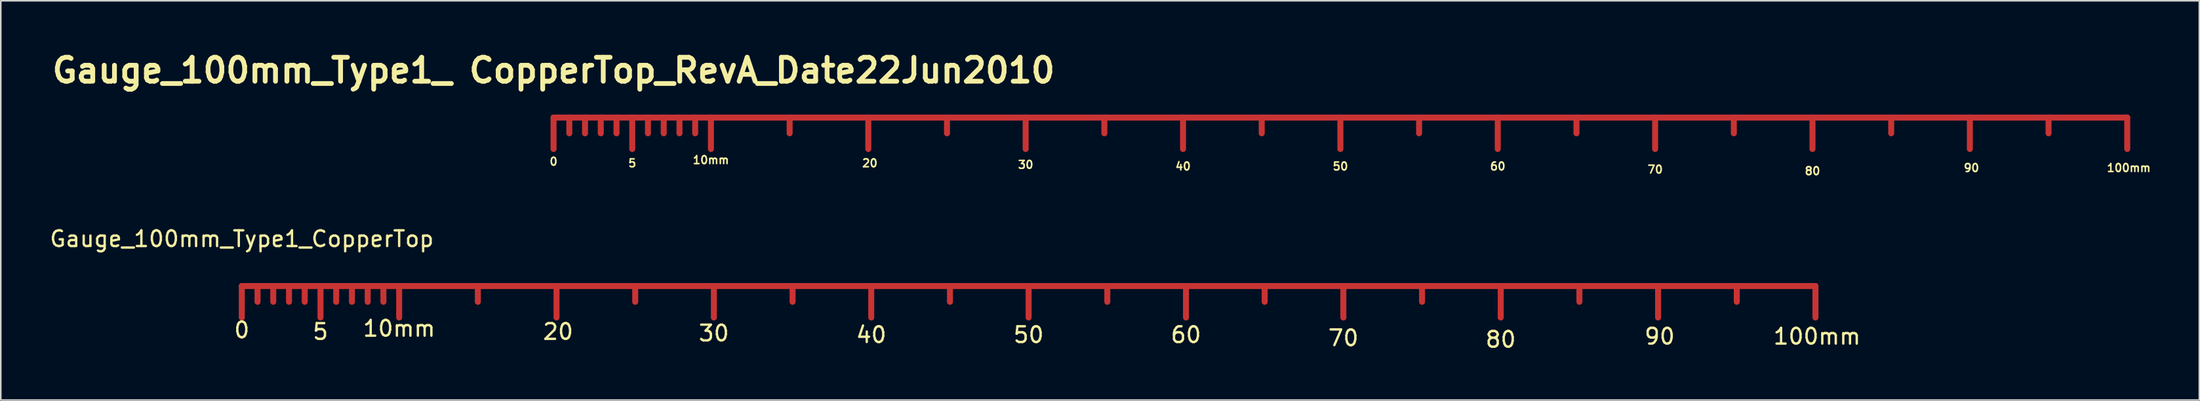
<source format=kicad_pcb>
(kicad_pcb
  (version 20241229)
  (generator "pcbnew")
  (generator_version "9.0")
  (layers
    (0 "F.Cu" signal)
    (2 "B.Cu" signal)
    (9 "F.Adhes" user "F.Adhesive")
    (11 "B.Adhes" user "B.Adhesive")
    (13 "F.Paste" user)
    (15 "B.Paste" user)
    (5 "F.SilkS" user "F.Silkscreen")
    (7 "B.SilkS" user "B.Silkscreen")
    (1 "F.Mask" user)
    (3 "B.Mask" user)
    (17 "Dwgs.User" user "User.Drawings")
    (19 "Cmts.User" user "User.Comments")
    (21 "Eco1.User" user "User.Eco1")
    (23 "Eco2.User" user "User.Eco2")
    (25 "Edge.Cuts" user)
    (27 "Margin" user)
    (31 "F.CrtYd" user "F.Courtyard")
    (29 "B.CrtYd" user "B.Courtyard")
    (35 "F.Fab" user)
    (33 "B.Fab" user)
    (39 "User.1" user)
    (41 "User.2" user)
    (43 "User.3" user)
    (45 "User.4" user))
  (footprint "Gauge_100mm_Type1_CopperTop"
    (layer "F.Cu")
    (at 12.315 15.142)
    (property "Reference" "Gauge_100mm_Type1_CopperTop" (at 0 -3 0) (layer "F.SilkS") (effects (font (size 1 1) (thickness 0.15))))
    (attr through_hole)
    (fp_line (start 0 0) (end 0 1.999) (stroke (width 0.381) (type solid)) (layer "F.Cu"))
    (fp_line (start 0 0) (end 10 0) (stroke (width 0.381) (type solid)) (layer "F.Cu"))
    (fp_line (start 1.001 0) (end 1.001 1.001) (stroke (width 0.381) (type solid)) (layer "F.Cu"))
    (fp_line (start 1.999 0) (end 1.999 1.001) (stroke (width 0.381) (type solid)) (layer "F.Cu"))
    (fp_line (start 3 0) (end 3 1.001) (stroke (width 0.381) (type solid)) (layer "F.Cu"))
    (fp_line (start 4 0) (end 4 1.001) (stroke (width 0.381) (type solid)) (layer "F.Cu"))
    (fp_line (start 5.001 0) (end 5.001 1.999) (stroke (width 0.381) (type solid)) (layer "F.Cu"))
    (fp_line (start 5.999 0) (end 5.999 1.001) (stroke (width 0.381) (type solid)) (layer "F.Cu"))
    (fp_line (start 7 0) (end 7 1.001) (stroke (width 0.381) (type solid)) (layer "F.Cu"))
    (fp_line (start 8.001 0) (end 8.001 1.001) (stroke (width 0.381) (type solid)) (layer "F.Cu"))
    (fp_line (start 8.999 0) (end 8.999 1.001) (stroke (width 0.381) (type solid)) (layer "F.Cu"))
    (fp_line (start 10 0) (end 10 1.999) (stroke (width 0.381) (type solid)) (layer "F.Cu"))
    (fp_line (start 10 0) (end 100 0) (stroke (width 0.381) (type solid)) (layer "F.Cu"))
    (fp_line (start 15.001 0) (end 15.001 1.001) (stroke (width 0.381) (type solid)) (layer "F.Cu"))
    (fp_line (start 20 0) (end 20 1.999) (stroke (width 0.381) (type solid)) (layer "F.Cu"))
    (fp_line (start 25.001 0) (end 25.001 1.001) (stroke (width 0.381) (type solid)) (layer "F.Cu"))
    (fp_line (start 30 0) (end 30 1.999) (stroke (width 0.381) (type solid)) (layer "F.Cu"))
    (fp_line (start 35.001 0) (end 35.001 1.001) (stroke (width 0.381) (type solid)) (layer "F.Cu"))
    (fp_line (start 40 0) (end 40 1.999) (stroke (width 0.381) (type solid)) (layer "F.Cu"))
    (fp_line (start 45.001 0) (end 45.001 1.001) (stroke (width 0.381) (type solid)) (layer "F.Cu"))
    (fp_line (start 50 0) (end 50 1.999) (stroke (width 0.381) (type solid)) (layer "F.Cu"))
    (fp_line (start 55.001 0) (end 55.001 1.001) (stroke (width 0.381) (type solid)) (layer "F.Cu"))
    (fp_line (start 60 0) (end 60 1.999) (stroke (width 0.381) (type solid)) (layer "F.Cu"))
    (fp_line (start 65.001 0) (end 65.001 1.001) (stroke (width 0.381) (type solid)) (layer "F.Cu"))
    (fp_line (start 70 0) (end 70 1.999) (stroke (width 0.381) (type solid)) (layer "F.Cu"))
    (fp_line (start 75.001 0) (end 75.001 1.001) (stroke (width 0.381) (type solid)) (layer "F.Cu"))
    (fp_line (start 80 0) (end 80 1.999) (stroke (width 0.381) (type solid)) (layer "F.Cu"))
    (fp_line (start 85.001 0) (end 85.001 1.001) (stroke (width 0.381) (type solid)) (layer "F.Cu"))
    (fp_line (start 90 0) (end 90 1.999) (stroke (width 0.381) (type solid)) (layer "F.Cu"))
    (fp_line (start 95.001 0) (end 95.001 1.001) (stroke (width 0.381) (type solid)) (layer "F.Cu"))
    (fp_line (start 100 0) (end 100 1.999) (stroke (width 0.381) (type solid)) (layer "F.Cu"))
    (fp_text user "0" (at 0 2.799 0) (layer "F.SilkS") (effects (font (size 1 1) (thickness 0.15))))
    (fp_text user "50" (at 50 3.101 0) (layer "F.SilkS") (effects (font (size 1 1) (thickness 0.15))))
    (fp_text user "5" (at 4.999 2.901 0) (layer "F.SilkS") (effects (font (size 1 1) (thickness 0.15))))
    (fp_text user "60" (at 60 3.101 0) (layer "F.SilkS") (effects (font (size 1 1) (thickness 0.15))))
    (fp_text user "30" (at 30 3 0) (layer "F.SilkS") (effects (font (size 1 1) (thickness 0.15))))
    (fp_text user "20" (at 20.099 2.901 0) (layer "F.SilkS") (effects (font (size 1 1) (thickness 0.15))))
    (fp_text user "40" (at 40 3.101 0) (layer "F.SilkS") (effects (font (size 1 1) (thickness 0.15))))
    (fp_text user "90" (at 90.101 3.203 0) (layer "F.SilkS") (effects (font (size 1 1) (thickness 0.15))))
    (fp_text user "100mm" (at 100.101 3.203 0) (layer "F.SilkS") (effects (font (size 1 1) (thickness 0.15))))
    (fp_text user "80" (at 80 3.401 0) (layer "F.SilkS") (effects (font (size 1 1) (thickness 0.15))))
    (fp_text user "70" (at 70 3.302 0) (layer "F.SilkS") (effects (font (size 1 1) (thickness 0.15))))
    (fp_text user "10mm" (at 10 2.7 0) (layer "F.SilkS") (effects (font (size 1 1) (thickness 0.15)))))
  (footprint "Gauge_100mm_Type1_ CopperTop_RevA_Date22Jun2010"
    (layer "F.Cu")
    (at 32.127 4.426)
    (property "Reference" "Gauge_100mm_Type1_ CopperTop_RevA_Date22Jun2010" (at 0 -3 0) (layer "F.SilkS") (effects (font (size 1.524 1.524) (thickness 0.305))))
    (attr through_hole)
    (fp_line (start 0 0) (end 0 1.999) (stroke (width 0.381) (type solid)) (layer "F.Cu"))
    (fp_line (start 0 0) (end 10 0) (stroke (width 0.381) (type solid)) (layer "F.Cu"))
    (fp_line (start 1.001 0) (end 1.001 1.001) (stroke (width 0.381) (type solid)) (layer "F.Cu"))
    (fp_line (start 1.999 0) (end 1.999 1.001) (stroke (width 0.381) (type solid)) (layer "F.Cu"))
    (fp_line (start 3 0) (end 3 1.001) (stroke (width 0.381) (type solid)) (layer "F.Cu"))
    (fp_line (start 4 0) (end 4 1.001) (stroke (width 0.381) (type solid)) (layer "F.Cu"))
    (fp_line (start 5.001 0) (end 5.001 1.999) (stroke (width 0.381) (type solid)) (layer "F.Cu"))
    (fp_line (start 5.999 0) (end 5.999 1.001) (stroke (width 0.381) (type solid)) (layer "F.Cu"))
    (fp_line (start 7 0) (end 7 1.001) (stroke (width 0.381) (type solid)) (layer "F.Cu"))
    (fp_line (start 8.001 0) (end 8.001 1.001) (stroke (width 0.381) (type solid)) (layer "F.Cu"))
    (fp_line (start 8.999 0) (end 8.999 1.001) (stroke (width 0.381) (type solid)) (layer "F.Cu"))
    (fp_line (start 10 0) (end 10 1.999) (stroke (width 0.381) (type solid)) (layer "F.Cu"))
    (fp_line (start 10 0) (end 100 0) (stroke (width 0.381) (type solid)) (layer "F.Cu"))
    (fp_line (start 15.001 0) (end 15.001 1.001) (stroke (width 0.381) (type solid)) (layer "F.Cu"))
    (fp_line (start 20 0) (end 20 1.999) (stroke (width 0.381) (type solid)) (layer "F.Cu"))
    (fp_line (start 25.001 0) (end 25.001 1.001) (stroke (width 0.381) (type solid)) (layer "F.Cu"))
    (fp_line (start 30 0) (end 30 1.999) (stroke (width 0.381) (type solid)) (layer "F.Cu"))
    (fp_line (start 35.001 0) (end 35.001 1.001) (stroke (width 0.381) (type solid)) (layer "F.Cu"))
    (fp_line (start 40 0) (end 40 1.999) (stroke (width 0.381) (type solid)) (layer "F.Cu"))
    (fp_line (start 45.001 0) (end 45.001 1.001) (stroke (width 0.381) (type solid)) (layer "F.Cu"))
    (fp_line (start 50 0) (end 50 1.999) (stroke (width 0.381) (type solid)) (layer "F.Cu"))
    (fp_line (start 55.001 0) (end 55.001 1.001) (stroke (width 0.381) (type solid)) (layer "F.Cu"))
    (fp_line (start 60 0) (end 60 1.999) (stroke (width 0.381) (type solid)) (layer "F.Cu"))
    (fp_line (start 65.001 0) (end 65.001 1.001) (stroke (width 0.381) (type solid)) (layer "F.Cu"))
    (fp_line (start 70 0) (end 70 1.999) (stroke (width 0.381) (type solid)) (layer "F.Cu"))
    (fp_line (start 75.001 0) (end 75.001 1.001) (stroke (width 0.381) (type solid)) (layer "F.Cu"))
    (fp_line (start 80 0) (end 80 1.999) (stroke (width 0.381) (type solid)) (layer "F.Cu"))
    (fp_line (start 85.001 0) (end 85.001 1.001) (stroke (width 0.381) (type solid)) (layer "F.Cu"))
    (fp_line (start 90 0) (end 90 1.999) (stroke (width 0.381) (type solid)) (layer "F.Cu"))
    (fp_line (start 95.001 0) (end 95.001 1.001) (stroke (width 0.381) (type solid)) (layer "F.Cu"))
    (fp_line (start 100 0) (end 100 1.999) (stroke (width 0.381) (type solid)) (layer "F.Cu"))
    (fp_text user "0" (at 0 2.799 0) (layer "F.SilkS") (effects (font (size 0.5 0.5) (thickness 0.099))))
    (fp_text user "5" (at 4.999 2.901 0) (layer "F.SilkS") (effects (font (size 0.5 0.5) (thickness 0.099))))
    (fp_text user "60" (at 60 3.101 0) (layer "F.SilkS") (effects (font (size 0.5 0.5) (thickness 0.099))))
    (fp_text user "80" (at 80 3.401 0) (layer "F.SilkS") (effects (font (size 0.5 0.5) (thickness 0.099))))
    (fp_text user "10mm" (at 10 2.7 0) (layer "F.SilkS") (effects (font (size 0.5 0.5) (thickness 0.099))))
    (fp_text user "70" (at 70 3.302 0) (layer "F.SilkS") (effects (font (size 0.5 0.5) (thickness 0.099))))
    (fp_text user "50" (at 50 3.101 0) (layer "F.SilkS") (effects (font (size 0.5 0.5) (thickness 0.099))))
    (fp_text user "100mm" (at 100.101 3.203 0) (layer "F.SilkS") (effects (font (size 0.5 0.5) (thickness 0.099))))
    (fp_text user "90" (at 90.101 3.203 0) (layer "F.SilkS") (effects (font (size 0.5 0.5) (thickness 0.099))))
    (fp_text user "20" (at 20.099 2.901 0) (layer "F.SilkS") (effects (font (size 0.5 0.5) (thickness 0.099))))
    (fp_text user "30" (at 30 3 0) (layer "F.SilkS") (effects (font (size 0.5 0.5) (thickness 0.099))))
    (fp_text user "40" (at 40 3.101 0) (layer "F.SilkS") (effects (font (size 0.5 0.5) (thickness 0.099)))))
  (gr_rect
    (start -3 -3)
    (end 136.709 22.391)
    (stroke (width 0.1) (type default))
    (fill no)
    (layer "Edge.Cuts")))
</source>
